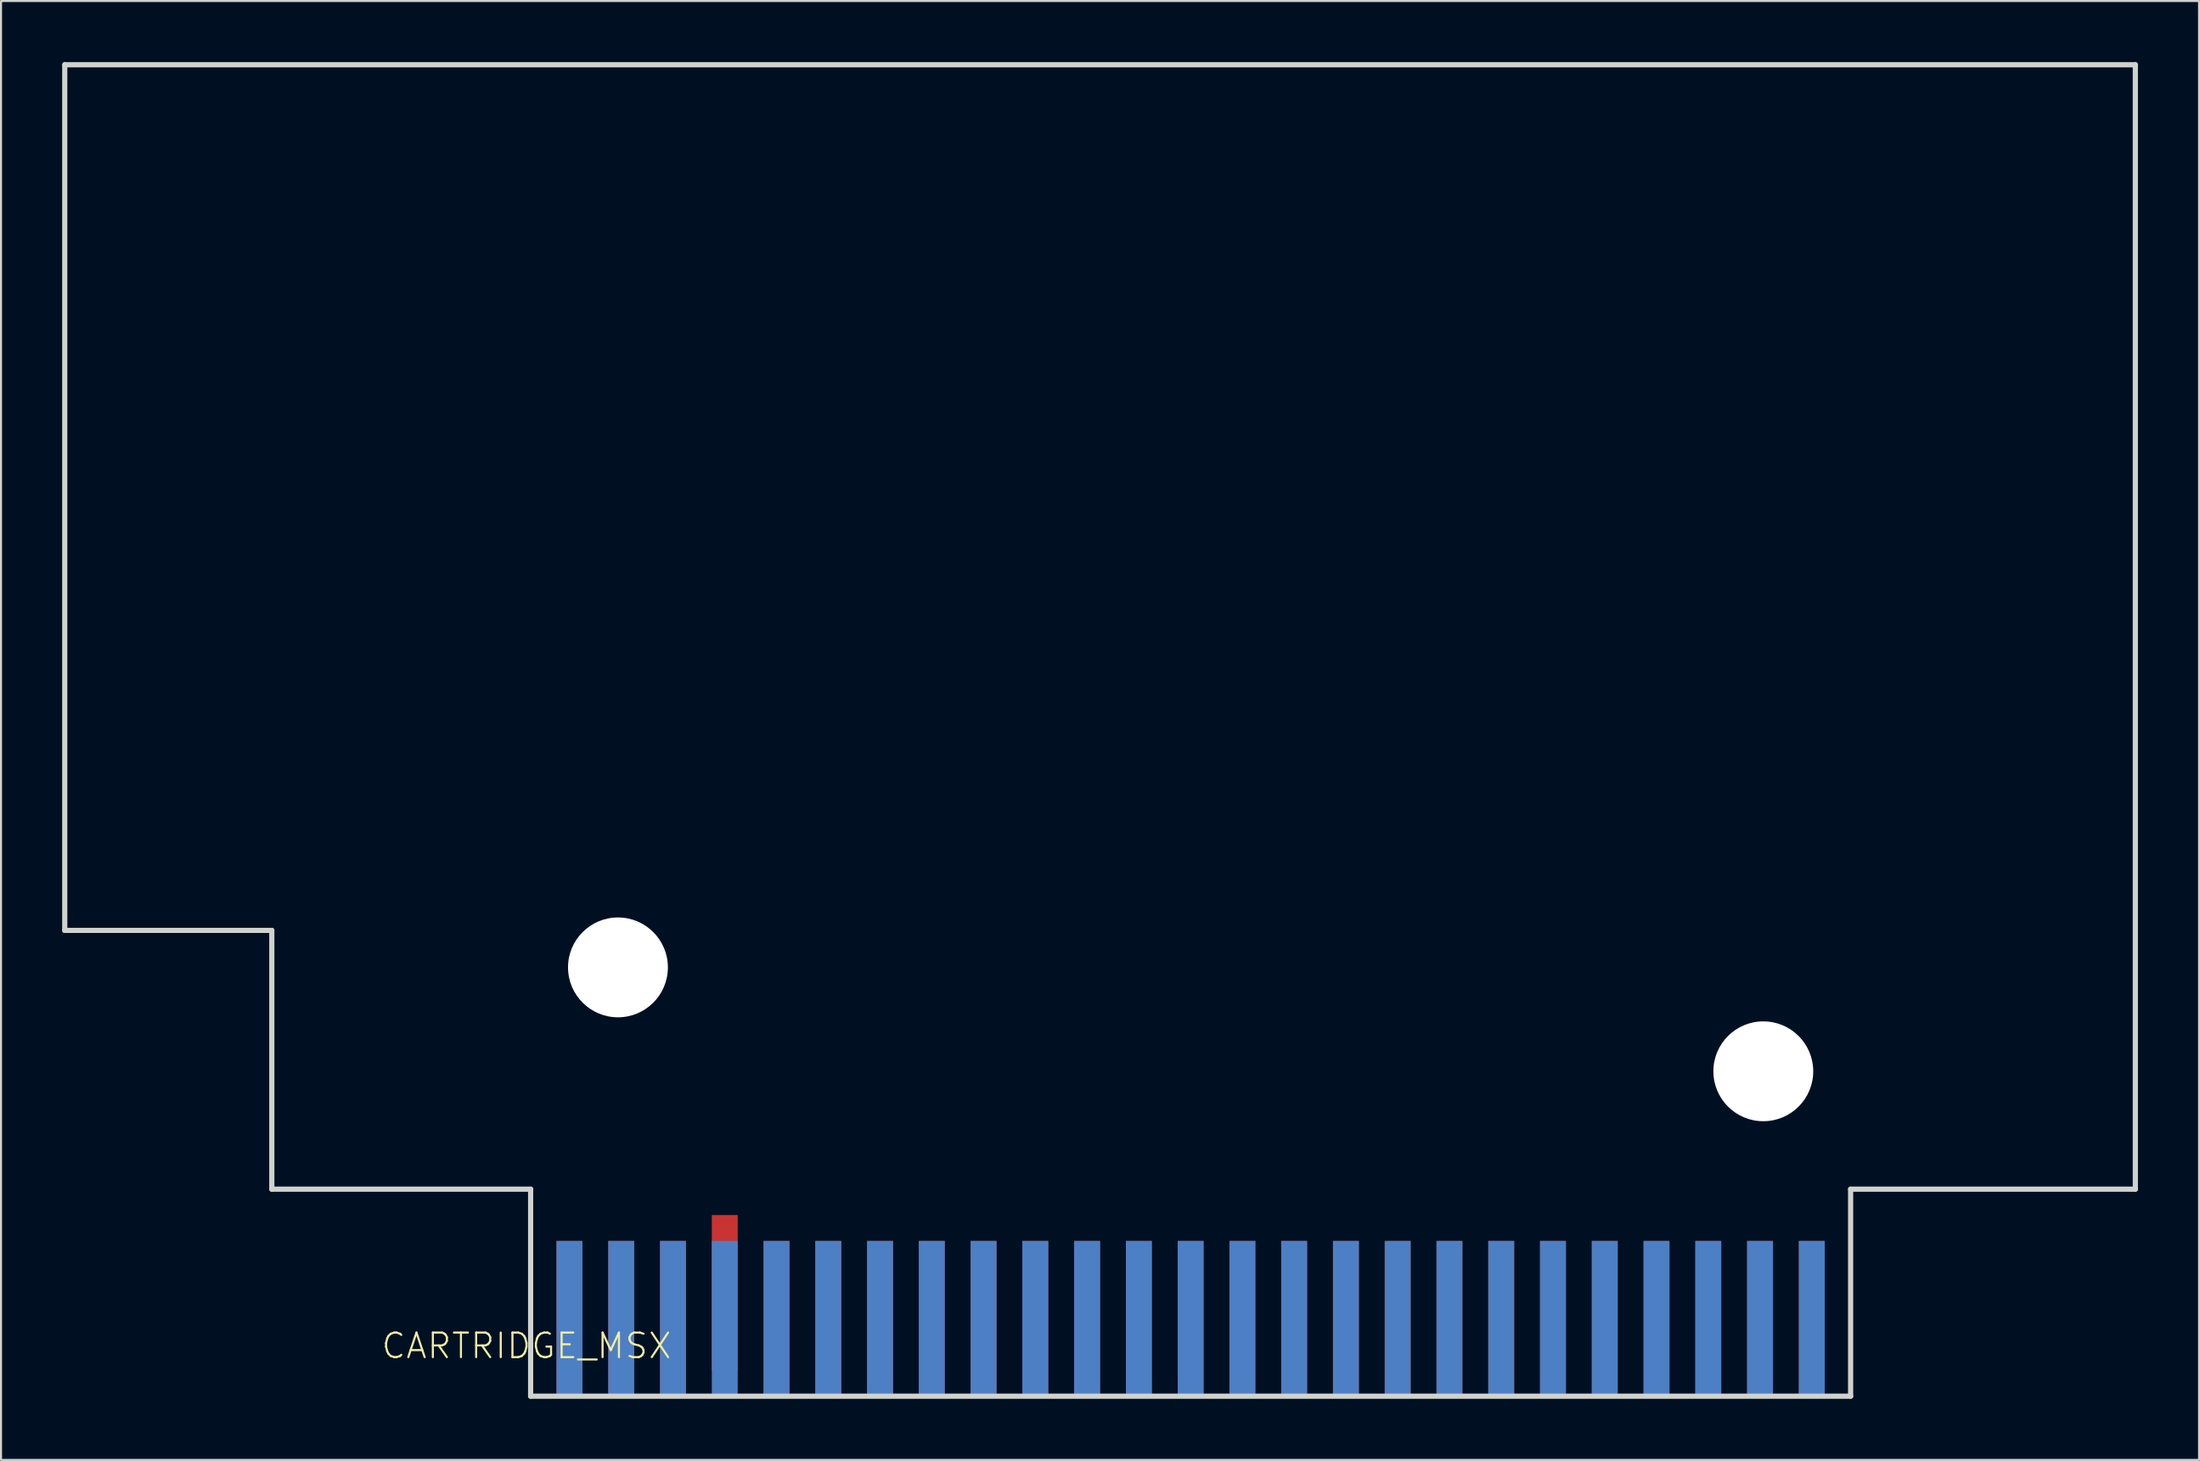
<source format=kicad_pcb>
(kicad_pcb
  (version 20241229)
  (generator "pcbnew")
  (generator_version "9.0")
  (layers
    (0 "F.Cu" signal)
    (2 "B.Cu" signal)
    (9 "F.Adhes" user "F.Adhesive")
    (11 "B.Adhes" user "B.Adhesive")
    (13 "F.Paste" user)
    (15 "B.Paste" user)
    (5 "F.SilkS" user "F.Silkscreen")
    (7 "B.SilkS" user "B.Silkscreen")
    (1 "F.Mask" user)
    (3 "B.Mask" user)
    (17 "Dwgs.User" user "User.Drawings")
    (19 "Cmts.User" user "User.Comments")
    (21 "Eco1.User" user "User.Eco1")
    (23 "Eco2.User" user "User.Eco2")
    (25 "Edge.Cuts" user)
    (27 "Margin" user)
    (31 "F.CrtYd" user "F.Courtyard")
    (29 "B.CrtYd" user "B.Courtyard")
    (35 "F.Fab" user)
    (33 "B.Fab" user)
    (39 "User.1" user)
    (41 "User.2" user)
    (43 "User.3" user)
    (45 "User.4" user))
  (footprint "CARTRIDGE_MSX"
    (layer "F.Cu")
    (at 55.372 61.027)
    (property "Reference" "CARTRIDGE_MSX" (at -25.4 1.27 0) (layer "F.SilkS") (effects (font (size 1.206 1.206) (thickness 0.102)) (justify right top)))
    (attr smd)
    (fp_line (start -55.245 -18.415) (end -55.245 -60.9) (stroke (width 0.254) (type solid)) (layer "Edge.Cuts"))
    (fp_line (start -55.24 -60.9) (end 46.35 -60.9) (stroke (width 0.254) (type solid)) (layer "Edge.Cuts"))
    (fp_line (start -45.085 -18.415) (end -55.245 -18.415) (stroke (width 0.254) (type solid)) (layer "Edge.Cuts"))
    (fp_line (start -45.085 -5.715) (end -45.085 -18.415) (stroke (width 0.254) (type solid)) (layer "Edge.Cuts"))
    (fp_line (start -32.385 -5.715) (end -45.085 -5.715) (stroke (width 0.254) (type solid)) (layer "Edge.Cuts"))
    (fp_line (start -32.385 4.445) (end -32.385 -5.715) (stroke (width 0.254) (type solid)) (layer "Edge.Cuts"))
    (fp_line (start 32.385 -5.715) (end 32.385 4.445) (stroke (width 0.254) (type solid)) (layer "Edge.Cuts"))
    (fp_line (start 32.385 4.445) (end -32.385 4.445) (stroke (width 0.254) (type solid)) (layer "Edge.Cuts"))
    (fp_line (start 46.355 -60.9) (end 46.355 -5.715) (stroke (width 0.254) (type solid)) (layer "Edge.Cuts"))
    (fp_line (start 46.355 -5.715) (end 32.385 -5.715) (stroke (width 0.254) (type solid)) (layer "Edge.Cuts"))
    (pad "" np_thru_hole circle (at -28.1 -16.6) (size 4.9 4.9) (drill 4.9) (layers "*.Cu" "*.Mask"))
    (pad "" np_thru_hole circle (at 28.1 -11.5) (size 4.9 4.9) (drill 4.9) (layers "*.Cu" "*.Mask"))
    (pad "1" connect rect (at 30.48 0.635) (size 1.27 7.62) (layers "F.Mask" "B.Cu" "B.Paste"))
    (pad "2" connect rect (at 30.48 0.635) (size 1.27 7.62) (layers "F.Cu" "F.Mask" "F.Paste"))
    (pad "3" connect rect (at 27.94 0.635) (size 1.27 7.62) (layers "F.Mask" "B.Cu" "B.Paste"))
    (pad "4" connect rect (at 27.94 0.635) (size 1.27 7.62) (layers "F.Cu" "F.Mask" "F.Paste"))
    (pad "5" connect rect (at 25.4 0.635) (size 1.27 7.62) (layers "F.Mask" "B.Cu" "B.Paste"))
    (pad "6" connect rect (at 25.4 0.635) (size 1.27 7.62) (layers "F.Cu" "F.Mask" "F.Paste"))
    (pad "7" connect rect (at 22.86 0.635) (size 1.27 7.62) (layers "F.Mask" "B.Cu" "B.Paste"))
    (pad "8" connect rect (at 22.86 0.635) (size 1.27 7.62) (layers "F.Cu" "F.Mask" "F.Paste"))
    (pad "9" connect rect (at 20.32 0.635) (size 1.27 7.62) (layers "F.Mask" "B.Cu" "B.Paste"))
    (pad "10" connect rect (at 20.32 0.635) (size 1.27 7.62) (layers "F.Cu" "F.Mask" "F.Paste"))
    (pad "11" connect rect (at 17.78 0.635) (size 1.27 7.62) (layers "F.Mask" "B.Cu" "B.Paste"))
    (pad "12" connect rect (at 17.78 0.635) (size 1.27 7.62) (layers "F.Cu" "F.Mask" "F.Paste"))
    (pad "13" connect rect (at 15.24 0.635) (size 1.27 7.62) (layers "F.Mask" "B.Cu" "B.Paste"))
    (pad "14" connect rect (at 15.24 0.635) (size 1.27 7.62) (layers "F.Cu" "F.Mask" "F.Paste"))
    (pad "15" connect rect (at 12.7 0.635) (size 1.27 7.62) (layers "F.Mask" "B.Cu" "B.Paste"))
    (pad "16" connect rect (at 12.7 0.635) (size 1.27 7.62) (layers "F.Cu" "F.Mask" "F.Paste"))
    (pad "17" connect rect (at 10.16 0.635) (size 1.27 7.62) (layers "F.Mask" "B.Cu" "B.Paste"))
    (pad "18" connect rect (at 10.16 0.635) (size 1.27 7.62) (layers "F.Cu" "F.Mask" "F.Paste"))
    (pad "19" connect rect (at 7.62 0.635) (size 1.27 7.62) (layers "F.Mask" "B.Cu" "B.Paste"))
    (pad "20" connect rect (at 7.62 0.635) (size 1.27 7.62) (layers "F.Cu" "F.Mask" "F.Paste"))
    (pad "21" connect rect (at 5.08 0.635) (size 1.27 7.62) (layers "F.Mask" "B.Cu" "B.Paste"))
    (pad "22" connect rect (at 5.08 0.635) (size 1.27 7.62) (layers "F.Cu" "F.Mask" "F.Paste"))
    (pad "23" connect rect (at 2.54 0.635) (size 1.27 7.62) (layers "F.Mask" "B.Cu" "B.Paste"))
    (pad "24" connect rect (at 2.54 0.635) (size 1.27 7.62) (layers "F.Cu" "F.Mask" "F.Paste"))
    (pad "25" connect rect (at 0 0.635) (size 1.27 7.62) (layers "F.Mask" "B.Cu" "B.Paste"))
    (pad "26" connect rect (at 0 0.635) (size 1.27 7.62) (layers "F.Cu" "F.Mask" "F.Paste"))
    (pad "27" connect rect (at -2.54 0.635) (size 1.27 7.62) (layers "F.Mask" "B.Cu" "B.Paste"))
    (pad "28" connect rect (at -2.54 0.635) (size 1.27 7.62) (layers "F.Cu" "F.Mask" "F.Paste"))
    (pad "29" connect rect (at -5.08 0.635) (size 1.27 7.62) (layers "F.Mask" "B.Cu" "B.Paste"))
    (pad "30" connect rect (at -5.08 0.635) (size 1.27 7.62) (layers "F.Cu" "F.Mask" "F.Paste"))
    (pad "31" connect rect (at -7.62 0.635) (size 1.27 7.62) (layers "F.Mask" "B.Cu" "B.Paste"))
    (pad "32" connect rect (at -7.62 0.635) (size 1.27 7.62) (layers "F.Cu" "F.Mask" "F.Paste"))
    (pad "33" connect rect (at -10.16 0.635) (size 1.27 7.62) (layers "F.Mask" "B.Cu" "B.Paste"))
    (pad "34" connect rect (at -10.16 0.635) (size 1.27 7.62) (layers "F.Cu" "F.Mask" "F.Paste"))
    (pad "35" connect rect (at -12.7 0.635) (size 1.27 7.62) (layers "F.Mask" "B.Cu" "B.Paste"))
    (pad "36" connect rect (at -12.7 0.635) (size 1.27 7.62) (layers "F.Cu" "F.Mask" "F.Paste"))
    (pad "37" connect rect (at -15.24 0.635) (size 1.27 7.62) (layers "F.Mask" "B.Cu" "B.Paste"))
    (pad "38" connect rect (at -15.24 0.635) (size 1.27 7.62) (layers "F.Cu" "F.Mask" "F.Paste"))
    (pad "39" connect rect (at -17.78 0.635) (size 1.27 7.62) (layers "F.Mask" "B.Cu" "B.Paste"))
    (pad "40" connect rect (at -17.78 0.635) (size 1.27 7.62) (layers "F.Cu" "F.Mask" "F.Paste"))
    (pad "41" connect rect (at -20.32 0.635) (size 1.27 7.62) (layers "F.Mask" "B.Cu" "B.Paste"))
    (pad "42" connect rect (at -20.32 0.635) (size 1.27 7.62) (layers "F.Cu" "F.Mask" "F.Paste"))
    (pad "43" connect rect (at -22.86 0.635) (size 1.27 7.62) (layers "F.Mask" "B.Cu" "B.Paste"))
    (pad "44" connect rect (at -22.86 -0.635) (size 1.27 7.62) (layers "F.Cu" "F.Mask" "F.Paste"))
    (pad "45" connect rect (at -25.4 0.635) (size 1.27 7.62) (layers "F.Mask" "B.Cu" "B.Paste"))
    (pad "46" connect rect (at -25.4 0.635) (size 1.27 7.62) (layers "F.Cu" "F.Mask" "F.Paste"))
    (pad "47" connect rect (at -27.94 0.635) (size 1.27 7.62) (layers "F.Mask" "B.Cu" "B.Paste"))
    (pad "48" connect rect (at -27.94 0.635) (size 1.27 7.62) (layers "F.Cu" "F.Mask" "F.Paste"))
    (pad "49" connect rect (at -30.48 0.635) (size 1.27 7.62) (layers "F.Mask" "B.Cu" "B.Paste"))
    (pad "50" connect rect (at -30.48 0.635) (size 1.27 7.62) (layers "F.Cu" "F.Mask" "F.Paste"))
    (zone (net_name "") (layers "F.Cu" "B.Cu") (hatch edge 0.5) (connect_pads) (min_thickness 0.25) (filled_areas_thickness no) (keepout (tracks not_allowed) (vias not_allowed) (pads not_allowed) (copperpour allowed) (footprints allowed)) (placement (enabled no)) (fill) (polygon (pts (xy 23.114 65.599) (xy 23.114 57.852) (xy 24.257 57.852) (xy 24.257 65.472) (xy 25.527 65.472) (xy 25.527 57.852) (xy 26.797 57.852) (xy 26.797 65.472) (xy 28.067 65.472) (xy 28.067 57.852) (xy 29.337 57.852) (xy 29.337 65.472) (xy 30.607 65.472) (xy 30.607 56.582) (xy 31.877 56.582) (xy 31.877 65.472) (xy 33.147 65.472) (xy 33.147 56.582) (xy 34.417 56.582) (xy 34.417 65.472) (xy 35.687 65.472) (xy 35.687 57.852) (xy 36.957 57.852) (xy 36.957 65.472) (xy 38.227 65.472) (xy 38.227 57.852) (xy 39.497 57.852) (xy 39.497 65.472) (xy 40.767 65.472) (xy 40.767 57.852) (xy 42.037 57.852) (xy 42.037 65.472) (xy 43.307 65.472) (xy 43.307 57.852) (xy 44.577 57.852) (xy 44.577 65.472) (xy 45.847 65.472) (xy 45.847 57.852) (xy 47.117 57.852) (xy 47.117 65.472) (xy 48.387 65.472) (xy 48.387 57.852) (xy 49.657 57.852) (xy 49.657 65.472) (xy 50.927 65.472) (xy 50.927 57.852) (xy 52.197 57.852) (xy 52.197 65.472) (xy 53.467 65.472) (xy 53.467 57.852) (xy 54.737 57.852) (xy 54.737 65.472) (xy 56.007 65.472) (xy 56.007 57.852) (xy 57.277 57.852) (xy 57.277 65.472) (xy 58.547 65.472) (xy 58.547 57.852) (xy 59.817 57.852) (xy 59.817 65.472) (xy 61.087 65.472) (xy 61.087 57.852) (xy 62.357 57.852) (xy 62.357 65.472) (xy 63.627 65.472) (xy 63.627 57.852) (xy 64.897 57.852) (xy 64.897 65.472) (xy 66.167 65.472) (xy 66.167 57.852) (xy 67.437 57.852) (xy 67.437 65.472) (xy 68.707 65.472) (xy 68.707 57.852) (xy 69.977 57.852) (xy 69.977 65.472) (xy 71.247 65.472) (xy 71.247 57.852) (xy 72.517 57.852) (xy 72.517 65.472) (xy 73.787 65.472) (xy 73.787 57.852) (xy 75.057 57.852) (xy 75.057 65.472) (xy 76.327 65.472) (xy 76.327 57.852) (xy 77.597 57.852) (xy 77.597 65.472) (xy 78.867 65.472) (xy 78.867 57.852) (xy 80.137 57.852) (xy 80.137 65.472) (xy 81.407 65.472) (xy 81.407 57.852) (xy 82.677 57.852) (xy 82.677 65.472) (xy 83.947 65.472) (xy 83.947 57.852) (xy 85.217 57.852) (xy 85.217 65.472) (xy 86.487 65.472) (xy 86.487 57.852) (xy 87.63 57.852) (xy 87.63 65.599)))))
  (gr_rect
    (start -3 -3)
    (end 104.854 68.599)
    (stroke (width 0.1) (type default))
    (fill no)
    (layer "Edge.Cuts")))
</source>
